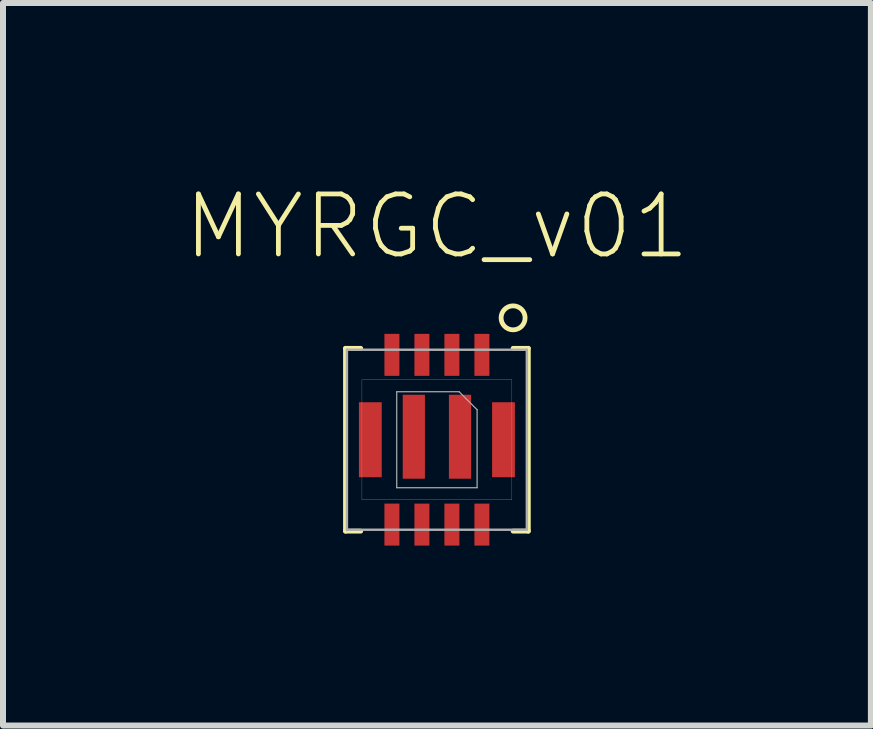
<source format=kicad_pcb>
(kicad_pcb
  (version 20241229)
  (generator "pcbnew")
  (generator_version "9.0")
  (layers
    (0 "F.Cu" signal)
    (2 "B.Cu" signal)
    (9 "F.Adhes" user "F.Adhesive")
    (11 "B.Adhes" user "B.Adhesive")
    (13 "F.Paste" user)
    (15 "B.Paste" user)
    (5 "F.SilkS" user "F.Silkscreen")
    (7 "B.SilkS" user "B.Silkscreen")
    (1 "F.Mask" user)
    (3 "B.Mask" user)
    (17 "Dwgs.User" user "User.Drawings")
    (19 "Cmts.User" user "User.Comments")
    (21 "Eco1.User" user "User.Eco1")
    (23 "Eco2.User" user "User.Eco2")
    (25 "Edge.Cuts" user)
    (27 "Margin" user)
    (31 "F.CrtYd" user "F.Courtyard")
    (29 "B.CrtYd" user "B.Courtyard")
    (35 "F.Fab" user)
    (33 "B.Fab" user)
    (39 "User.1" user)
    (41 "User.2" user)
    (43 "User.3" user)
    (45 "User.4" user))
  (footprint "MYRGC_v01"
    (layer "F.Cu")
    (at 4.234 4.281)
    (property "Reference" "MYRGC_v01" (at 0 -3.556 0) (layer "F.SilkS") (effects (font (size 1 1) (thickness 0.08))))
    (attr through_hole)
    (fp_line (start -1.524 -1.524) (end -1.524 1.524) (stroke (width 0.08) (type solid)) (layer "F.SilkS"))
    (fp_line (start -1.524 -1.524) (end -1.27 -1.524) (stroke (width 0.08) (type solid)) (layer "F.SilkS"))
    (fp_line (start -1.524 1.524) (end -1.27 1.524) (stroke (width 0.08) (type solid)) (layer "F.SilkS"))
    (fp_line (start 1.524 -1.524) (end 1.27 -1.524) (stroke (width 0.08) (type solid)) (layer "F.SilkS"))
    (fp_line (start 1.524 -1.524) (end 1.524 1.524) (stroke (width 0.08) (type solid)) (layer "F.SilkS"))
    (fp_line (start 1.524 1.524) (end 1.27 1.524) (stroke (width 0.08) (type solid)) (layer "F.SilkS"))
    (fp_circle (center 1.27 -2.032) (end 1.07 -2.032) (stroke (width 0.08) (type solid)) (fill no) (layer "F.SilkS"))
    (fp_line (start -1.5 1.5) (end -1.5 -1.5) (stroke (width 0.04) (type solid)) (layer "F.Fab"))
    (fp_line (start -1.25 1) (end -1.25 -1) (stroke (width 0.004) (type solid)) (layer "F.Fab"))
    (fp_line (start -0.67 -0.8) (end 0.37 -0.8) (stroke (width 0.02) (type solid)) (layer "F.Fab"))
    (fp_line (start -0.67 0.8) (end -0.67 -0.8) (stroke (width 0.02) (type solid)) (layer "F.Fab"))
    (fp_line (start 0.67 -0.5) (end 0.37 -0.8) (stroke (width 0.02) (type solid)) (layer "F.Fab"))
    (fp_line (start 0.67 0.8) (end -0.67 0.8) (stroke (width 0.02) (type solid)) (layer "F.Fab"))
    (fp_line (start 0.67 0.8) (end 0.67 -0.5) (stroke (width 0.02) (type solid)) (layer "F.Fab"))
    (fp_line (start 1.25 -1) (end -1.25 -1) (stroke (width 0.004) (type solid)) (layer "F.Fab"))
    (fp_line (start 1.25 1) (end -1.25 1) (stroke (width 0.004) (type solid)) (layer "F.Fab"))
    (fp_line (start 1.25 1) (end 1.25 -1) (stroke (width 0.004) (type solid)) (layer "F.Fab"))
    (fp_line (start 1.5 -1.5) (end -1.5 -1.5) (stroke (width 0.04) (type solid)) (layer "F.Fab"))
    (fp_line (start 1.5 1.5) (end -1.5 1.5) (stroke (width 0.04) (type solid)) (layer "F.Fab"))
    (fp_line (start 1.5 1.5) (end 1.5 -1.5) (stroke (width 0.04) (type solid)) (layer "F.Fab"))
    (pad "" smd rect (at -0.385 0) (size 0.37 1.4) (drill (offset 0 -0.05)) (layers "F.Cu" "F.Mask" "F.Paste"))
    (pad "" smd rect (at 0.385 0) (size 0.37 1.4) (drill (offset 0 -0.05)) (layers "F.Cu" "F.Mask" "F.Paste"))
    (pad "1" smd rect (at 0.75 -1.465) (size 0.25 0.7) (drill (offset 0 0.05)) (layers "F.Cu" "F.Mask" "F.Paste"))
    (pad "2" smd rect (at 0.25 -1.465) (size 0.25 0.7) (drill (offset 0 0.05)) (layers "F.Cu" "F.Mask" "F.Paste"))
    (pad "3" smd rect (at -0.25 -1.465) (size 0.25 0.7) (drill (offset 0 0.05)) (layers "F.Cu" "F.Mask" "F.Paste"))
    (pad "4" smd rect (at -0.75 -1.465) (size 0.25 0.7) (drill (offset 0 0.05)) (layers "F.Cu" "F.Mask" "F.Paste"))
    (pad "5" smd rect (at -0.75 1.465) (size 0.25 0.7) (drill (offset 0 -0.05)) (layers "F.Cu" "F.Mask" "F.Paste"))
    (pad "6" smd rect (at -0.25 1.465) (size 0.25 0.7) (drill (offset 0 -0.05)) (layers "F.Cu" "F.Mask" "F.Paste"))
    (pad "7" smd rect (at 0.25 1.465) (size 0.25 0.7) (drill (offset 0 -0.05)) (layers "F.Cu" "F.Mask" "F.Paste"))
    (pad "8" smd rect (at 0.75 1.465) (size 0.25 0.7) (drill (offset 0 -0.05)) (layers "F.Cu" "F.Mask" "F.Paste"))
    (pad "9" smd rect (at -1.11 0) (size 0.38 1.25) (layers "F.Cu" "F.Mask" "F.Paste"))
    (pad "10" smd rect (at 1.11 0) (size 0.38 1.25) (layers "F.Cu" "F.Mask" "F.Paste")))
  (gr_rect
    (start -3 -3)
    (end 11.469 9.046)
    (stroke (width 0.1) (type default))
    (fill no)
    (layer "Edge.Cuts")))
</source>
